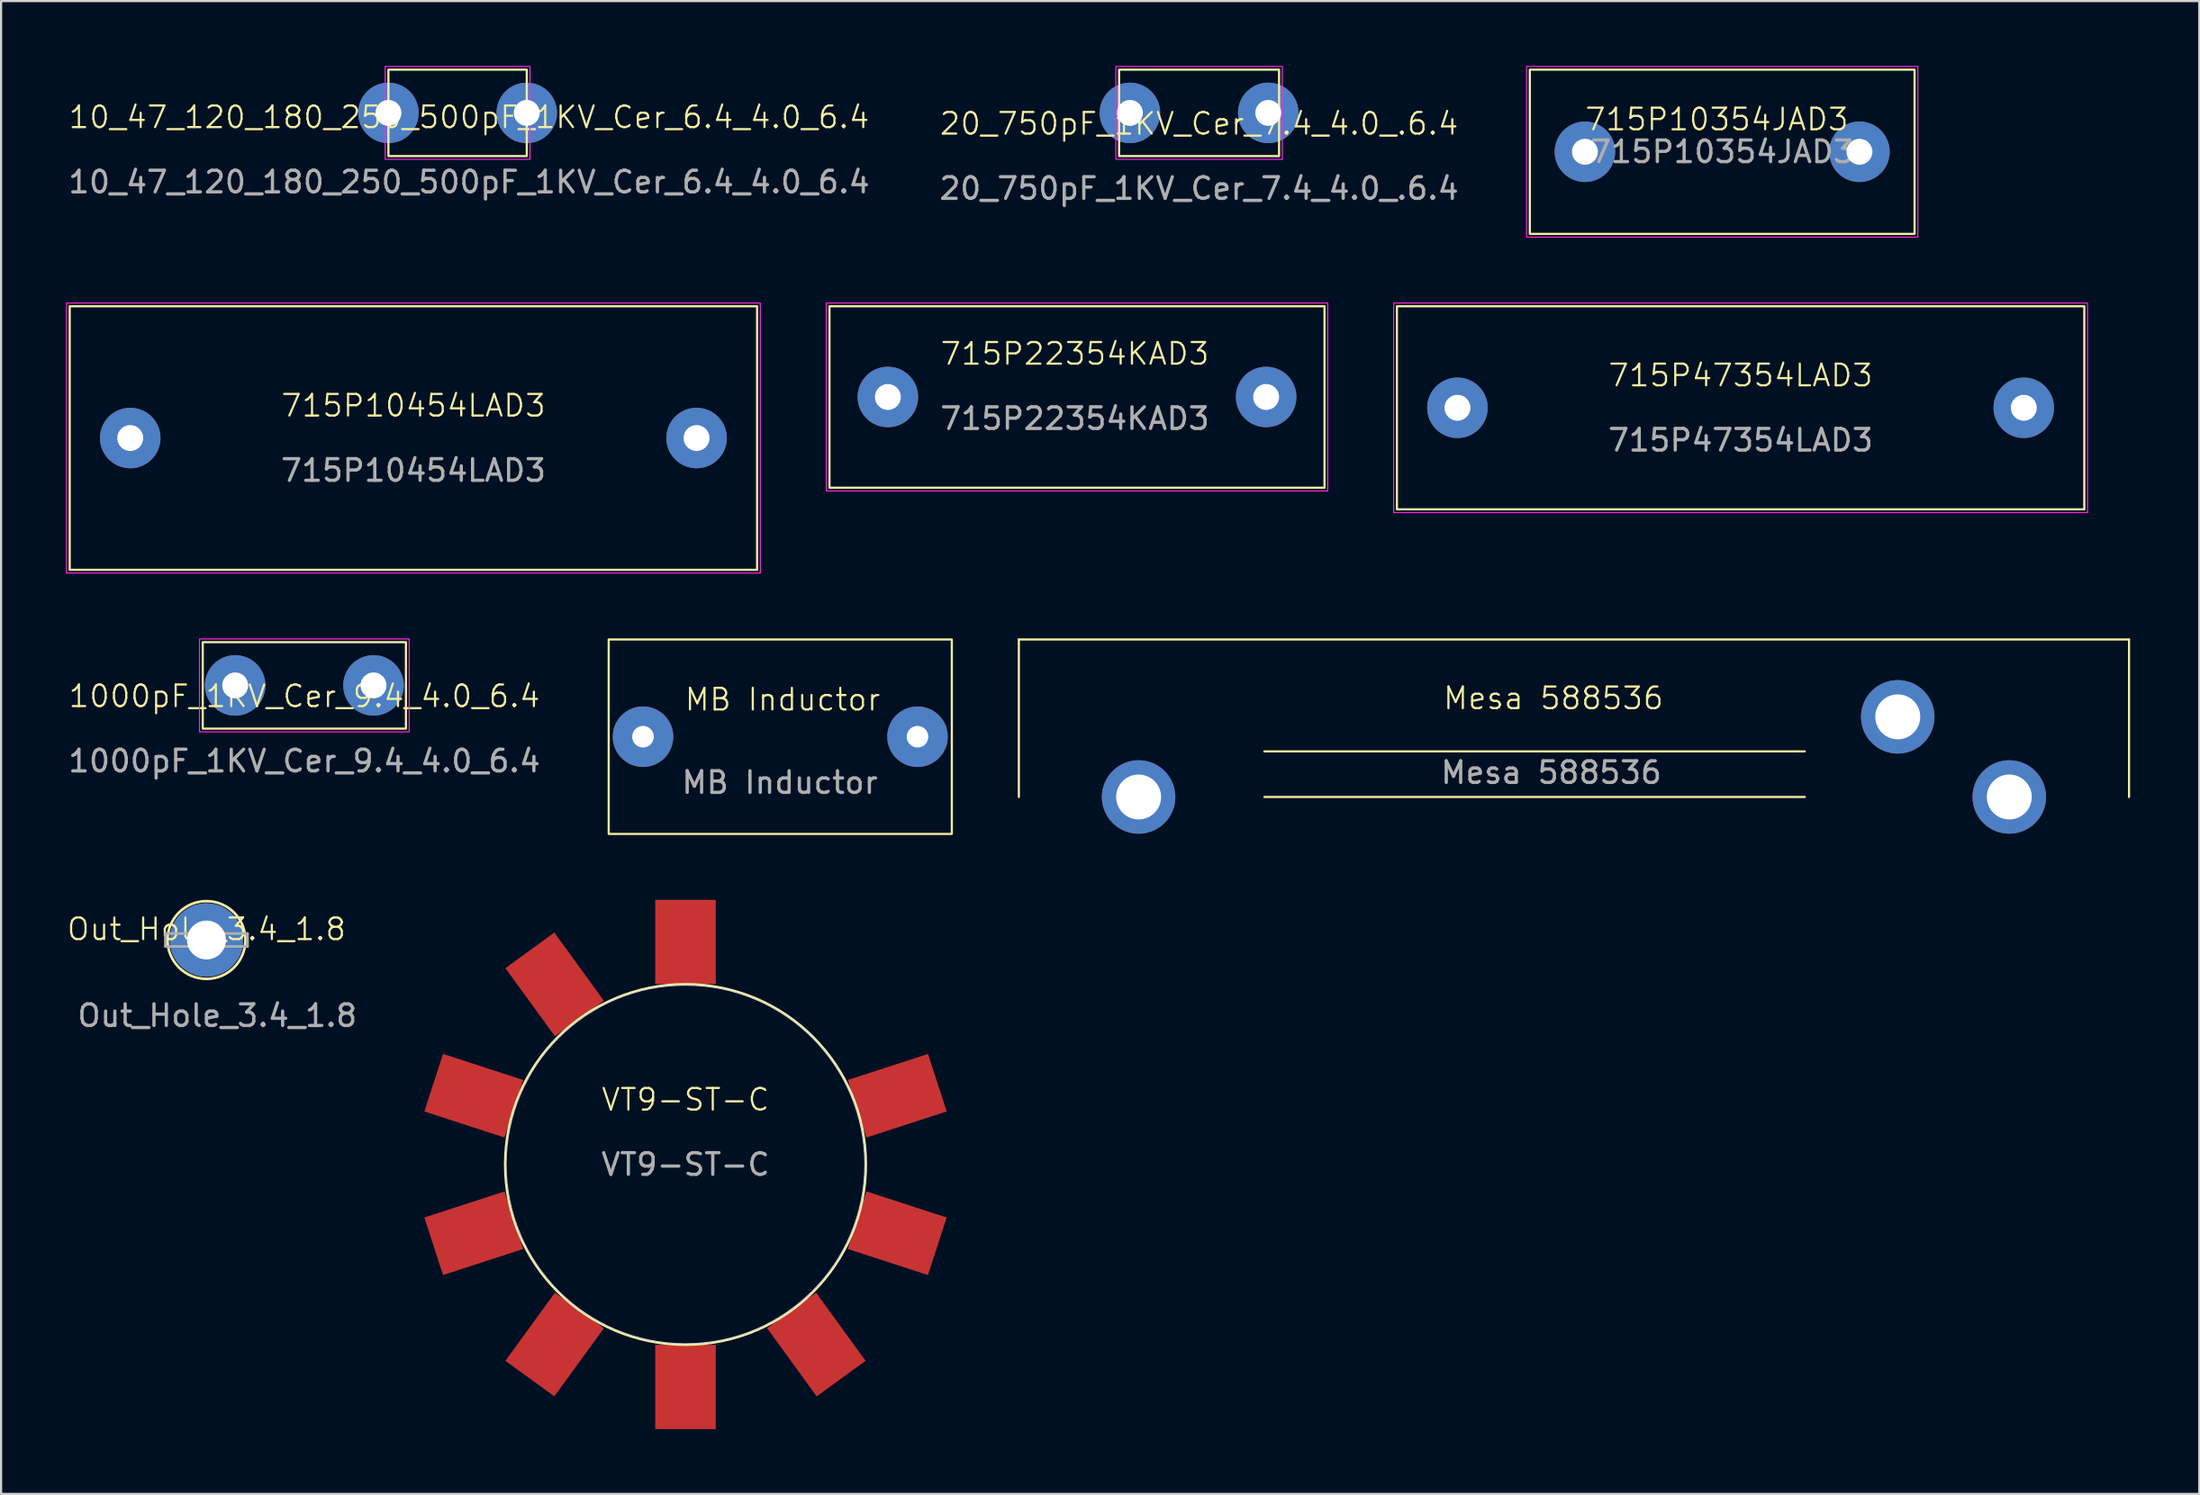
<source format=kicad_pcb>
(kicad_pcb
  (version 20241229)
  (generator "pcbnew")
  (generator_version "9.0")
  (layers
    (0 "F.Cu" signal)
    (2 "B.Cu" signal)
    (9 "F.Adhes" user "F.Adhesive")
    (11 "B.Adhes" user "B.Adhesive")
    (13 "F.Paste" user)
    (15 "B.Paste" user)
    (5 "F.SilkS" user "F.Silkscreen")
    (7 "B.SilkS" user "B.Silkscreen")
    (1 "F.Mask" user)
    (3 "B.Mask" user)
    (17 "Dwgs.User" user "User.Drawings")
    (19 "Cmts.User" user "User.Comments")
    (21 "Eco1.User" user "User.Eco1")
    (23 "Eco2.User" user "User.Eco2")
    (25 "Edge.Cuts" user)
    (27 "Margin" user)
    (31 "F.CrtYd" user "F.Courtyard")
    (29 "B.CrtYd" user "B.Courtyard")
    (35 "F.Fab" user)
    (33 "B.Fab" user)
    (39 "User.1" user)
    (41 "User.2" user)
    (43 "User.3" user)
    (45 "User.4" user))
  (footprint "715P10454LAD3"
    (layer "F.Cu")
    (at 2.975 17.225)
    (property "Reference" "715P10454LAD3" (at 13.1 -1.5 0) (unlocked yes) (layer "F.SilkS") (effects (font (size 1 1) (thickness 0.1))))
    (attr through_hole)
    (fp_rect (start -2.8 -6.1) (end 29 6.1) (stroke (width 0.1) (type solid)) (fill no) (layer "F.SilkS"))
    (fp_rect (start -2.95 -6.25) (end 29.15 6.25) (stroke (width 0.05) (type default)) (fill no) (layer "F.CrtYd"))
    (fp_text user "${REFERENCE}" (at 13.1 1.5 0) (unlocked yes) (layer "F.Fab") (effects (font (size 1 1) (thickness 0.15))))
    (pad "1" thru_hole circle (at 0 0) (size 2.8 2.8) (drill 1.2) (layers "*.Cu" "*.Mask"))
    (pad "2" thru_hole circle (at 26.2 0) (size 2.8 2.8) (drill 1.2) (layers "*.Cu" "*.Mask")))
  (footprint "20_750pF_1KV_Cer_7.4_4.0_.6.4"
    (layer "F.Cu")
    (at 49.223 2.175)
    (property "Reference" "20_750pF_1KV_Cer_7.4_4.0_.6.4" (at 3.2 0.5 0) (unlocked yes) (layer "F.SilkS") (effects (font (size 1 1) (thickness 0.1))))
    (attr through_hole)
    (fp_rect (start -0.5 -2) (end 6.9 2) (stroke (width 0.1) (type solid)) (fill no) (layer "F.SilkS"))
    (fp_rect (start -0.65 -2.15) (end 7.05 2.15) (stroke (width 0.05) (type solid)) (fill no) (layer "F.CrtYd"))
    (fp_text user "${REFERENCE}" (at 3.2 3.5 0) (unlocked yes) (layer "F.Fab") (effects (font (size 1 1) (thickness 0.15))))
    (pad "1" thru_hole circle (at 0 0) (size 2.8 2.8) (drill 1.2) (layers "*.Cu" "*.Mask"))
    (pad "2" thru_hole circle (at 6.4 0) (size 2.8 2.8) (drill 1.2) (layers "*.Cu" "*.Mask")))
  (footprint "715P47354LAD3"
    (layer "F.Cu")
    (at 64.375 15.825)
    (property "Reference" "715P47354LAD3" (at 13.1 -1.5 0) (unlocked yes) (layer "F.SilkS") (effects (font (size 1 1) (thickness 0.1))))
    (attr through_hole)
    (fp_rect (start -2.8 -4.7) (end 29 4.7) (stroke (width 0.1) (type solid)) (fill no) (layer "F.SilkS"))
    (fp_rect (start -2.95 -4.85) (end 29.15 4.85) (stroke (width 0.05) (type solid)) (fill no) (layer "F.CrtYd"))
    (fp_text user "${REFERENCE}" (at 13.1 1.5 0) (unlocked yes) (layer "F.Fab") (effects (font (size 1 1) (thickness 0.15))))
    (pad "1" thru_hole circle (at 0 0) (size 2.8 2.8) (drill 1.2) (layers "*.Cu" "*.Mask"))
    (pad "2" thru_hole circle (at 26.2 0) (size 2.8 2.8) (drill 1.2) (layers "*.Cu" "*.Mask")))
  (footprint "VT9-ST-C"
    (layer "F.Cu")
    (at 28.663 50.85)
    (property "Reference" "VT9-ST-C" (at 0 -3 0) (unlocked yes) (layer "F.SilkS") (effects (font (size 1 1) (thickness 0.1))))
    (attr through_hole)
    (fp_circle (center 0 0) (end 8.35 0) (stroke (width 0.1) (type solid)) (fill no) (layer "F.SilkS"))
    (fp_circle (center 0 0) (end 8.3 0) (stroke (width 0.05) (type solid)) (fill no) (layer "Edge.Cuts"))
    (fp_text user "${REFERENCE}" (at 0 0 0) (unlocked yes) (layer "F.Fab") (effects (font (size 1 1) (thickness 0.15))))
    (pad "1" smd rect (at 9.796 -3.183 288) (size 2.8 3.9) (layers "F.Cu" "F.Mask" "F.Paste"))
    (pad "2" smd rect (at 9.796 3.183 252) (size 2.8 3.9) (layers "F.Cu" "F.Mask" "F.Paste"))
    (pad "3" smd rect (at 6.054 8.333 216) (size 2.8 3.9) (layers "F.Cu" "F.Mask" "F.Paste"))
    (pad "4" smd rect (at 0 10.3 180) (size 2.8 3.9) (layers "F.Cu" "F.Mask" "F.Paste"))
    (pad "5" smd rect (at -6.054 8.333 144) (size 2.8 3.9) (layers "F.Cu" "F.Mask" "F.Paste"))
    (pad "6" smd rect (at -9.796 3.183 108) (size 2.8 3.9) (layers "F.Cu" "F.Mask" "F.Paste"))
    (pad "7" smd rect (at -9.796 -3.183 72) (size 2.8 3.9) (layers "F.Cu" "F.Mask" "F.Paste"))
    (pad "8" smd rect (at -6.054 -8.333 36) (size 2.8 3.9) (layers "F.Cu" "F.Mask" "F.Paste"))
    (pad "9" smd rect (at 0 -10.3) (size 2.8 3.9) (layers "F.Cu" "F.Mask" "F.Paste")))
  (footprint "715P22354KAD3"
    (layer "F.Cu")
    (at 38.025 15.325)
    (property "Reference" "715P22354KAD3" (at 8.65 -2 0) (unlocked yes) (layer "F.SilkS") (effects (font (size 1 1) (thickness 0.1))))
    (attr through_hole)
    (fp_rect (start -2.7 -4.2) (end 20.2 4.2) (stroke (width 0.1) (type solid)) (fill no) (layer "F.SilkS"))
    (fp_rect (start -2.85 -4.35) (end 20.35 4.35) (stroke (width 0.05) (type solid)) (fill no) (layer "F.CrtYd"))
    (fp_text user "${REFERENCE}" (at 8.65 1 0) (unlocked yes) (layer "F.Fab") (effects (font (size 1 1) (thickness 0.15))))
    (pad "1" thru_hole circle (at 0 0) (size 2.8 2.8) (drill 1.2) (layers "*.Cu" "*.Mask"))
    (pad "2" thru_hole circle (at 17.5 0) (size 2.8 2.8) (drill 1.2) (layers "*.Cu" "*.Mask")))
  (footprint "715P10354JAD3"
    (layer "F.Cu")
    (at 70.273 3.975)
    (property "Reference" "715P10354JAD3" (at 6.1 -1.5 0) (unlocked yes) (layer "F.SilkS") (effects (font (size 1 1) (thickness 0.1))))
    (attr through_hole)
    (fp_rect (start -2.55 -3.8) (end 15.25 3.8) (stroke (width 0.1) (type solid)) (fill no) (layer "F.SilkS"))
    (fp_rect (start -2.7 -3.95) (end 15.4 3.95) (stroke (width 0.05) (type solid)) (fill no) (layer "F.CrtYd"))
    (fp_text user "${REFERENCE}" (at 6.35 0 0) (unlocked yes) (layer "F.Fab") (effects (font (size 1 1) (thickness 0.15))))
    (pad "1" thru_hole circle (at 0 0) (size 2.8 2.8) (drill 1.2) (layers "*.Cu" "*.Mask"))
    (pad "2" thru_hole circle (at 12.7 0) (size 2.8 2.8) (drill 1.2) (layers "*.Cu" "*.Mask")))
  (footprint "Mesa 588536"
    (layer "F.Cu")
    (at 95.445 33.84)
    (property "Reference" "Mesa 588536" (at -26.63 -4.57 0) (unlocked yes) (layer "F.SilkS") (effects (font (size 1 1) (thickness 0.1))))
    (attr through_hole)
    (fp_line (start -51.36 0) (end -51.36 -7.29) (stroke (width 0.1) (type default)) (layer "F.SilkS"))
    (fp_line (start -40 -2.11) (end -15 -2.11) (stroke (width 0.1) (type default)) (layer "F.SilkS"))
    (fp_line (start -15 0) (end -40 0) (stroke (width 0.1) (type default)) (layer "F.SilkS"))
    (fp_line (start 0 -7.29) (end -51.36 -7.29) (stroke (width 0.1) (type default)) (layer "F.SilkS"))
    (fp_line (start 0 0) (end 0 -7.29) (stroke (width 0.1) (type default)) (layer "F.SilkS"))
    (fp_text user "${REFERENCE}" (at -26.73 -1.13 0) (unlocked yes) (layer "F.Fab") (effects (font (size 1 1) (thickness 0.15))))
    (pad "1" thru_hole circle (at -45.82 0) (size 3.4 3.4) (drill 2.08) (layers "*.Cu" "*.Mask"))
    (pad "2" thru_hole circle (at -10.7 -3.71) (size 3.4 3.4) (drill 2.08) (layers "*.Cu" "*.Mask"))
    (pad "3" thru_hole circle (at -5.54 0) (size 3.4 3.4) (drill 2.08) (layers "*.Cu" "*.Mask")))
  (footprint "MB Inductor"
    (layer "F.Cu")
    (at 26.697 31.05)
    (property "Reference" "MB Inductor" (at 6.46 -1.72 0) (unlocked yes) (layer "F.SilkS") (effects (font (size 1 1) (thickness 0.1))))
    (attr through_hole)
    (fp_rect (start -1.587 -4.5) (end 14.287 4.5) (stroke (width 0.1) (type solid)) (fill no) (layer "F.SilkS"))
    (fp_text user "${REFERENCE}" (at 6.33 2.12 0) (unlocked yes) (layer "F.Fab") (effects (font (size 1 1) (thickness 0.15))))
    (pad "1" thru_hole circle (at 0 0) (size 2.8 2.8) (drill 1) (layers "*.Cu" "*.Mask"))
    (pad "2" thru_hole circle (at 12.7 0) (size 2.8 2.8) (drill 1) (layers "*.Cu" "*.Mask")))
  (footprint "10_47_120_180_250_500pF_1KV_Cer_6.4_4.0_6.4"
    (layer "F.Cu")
    (at 14.919 2.175)
    (property "Reference" "10_47_120_180_250_500pF_1KV_Cer_6.4_4.0_6.4" (at 3.73 0.2 0) (unlocked yes) (layer "F.SilkS") (effects (font (size 1 1) (thickness 0.1))))
    (attr through_hole)
    (fp_rect (start 0 -2) (end 6.4 2) (stroke (width 0.1) (type solid)) (fill no) (layer "F.SilkS"))
    (fp_rect (start -0.15 -2.15) (end 6.55 2.15) (stroke (width 0.05) (type solid)) (fill no) (layer "F.CrtYd"))
    (fp_text user "${REFERENCE}" (at 3.73 3.2 0) (unlocked yes) (layer "F.Fab") (effects (font (size 1 1) (thickness 0.15))))
    (pad "1" thru_hole circle (at 0 0) (size 2.8 2.8) (drill 1.2) (layers "*.Cu" "*.Mask"))
    (pad "2" thru_hole circle (at 6.4 0) (size 2.8 2.8) (drill 1.2) (layers "*.Cu" "*.Mask")))
  (footprint "Out_Hole_3.4_1.8"
    (layer "F.Cu")
    (at 6.502 40.46)
    (property "Reference" "Out_Hole_3.4_1.8" (at 0 -0.5 0) (unlocked yes) (layer "F.SilkS") (effects (font (size 1 1) (thickness 0.1))))
    (attr through_hole)
    (fp_circle (center 0 0) (end 1.8 0) (stroke (width 0.12) (type solid)) (fill no) (layer "F.SilkS"))
    (fp_line (start -1.9 -0.3) (end -1.9 0.3) (stroke (width 0.12) (type solid)) (layer "F.Fab"))
    (fp_line (start -1.9 0.3) (end 1.9 0.3) (stroke (width 0.12) (type solid)) (layer "F.Fab"))
    (fp_line (start 1.9 -0.3) (end -1.9 -0.3) (stroke (width 0.12) (type solid)) (layer "F.Fab"))
    (fp_line (start 1.9 0.3) (end 1.9 -0.3) (stroke (width 0.12) (type solid)) (layer "F.Fab"))
    (fp_text user "${REFERENCE}" (at 0.5 3.5 0) (layer "F.Fab") (effects (font (size 1 1) (thickness 0.15))))
    (pad "1" thru_hole circle (at 0 0) (size 3.4 3.4) (drill 1.8) (layers "*.Cu" "*.Mask")))
  (footprint "1000pF_1KV_Cer_9.4_4.0_6.4"
    (layer "F.Cu")
    (at 7.83 28.675)
    (property "Reference" "1000pF_1KV_Cer_9.4_4.0_6.4" (at 3.2 0.5 0) (unlocked yes) (layer "F.SilkS") (effects (font (size 1 1) (thickness 0.1))))
    (attr through_hole)
    (fp_rect (start -1.5 -2) (end 7.9 2) (stroke (width 0.1) (type solid)) (fill no) (layer "F.SilkS"))
    (fp_rect (start -1.65 -2.15) (end 8.05 2.15) (stroke (width 0.05) (type solid)) (fill no) (layer "F.CrtYd"))
    (fp_text user "${REFERENCE}" (at 3.2 3.5 0) (unlocked yes) (layer "F.Fab") (effects (font (size 1 1) (thickness 0.15))))
    (pad "1" thru_hole circle (at 0 0) (size 2.8 2.8) (drill 1.2) (layers "*.Cu" "*.Mask"))
    (pad "2" thru_hole circle (at 6.4 0) (size 2.8 2.8) (drill 1.2) (layers "*.Cu" "*.Mask")))
  (gr_rect
    (start -3 -3)
    (end 98.695 66.1)
    (stroke (width 0.1) (type default))
    (fill no)
    (layer "Edge.Cuts")))
</source>
